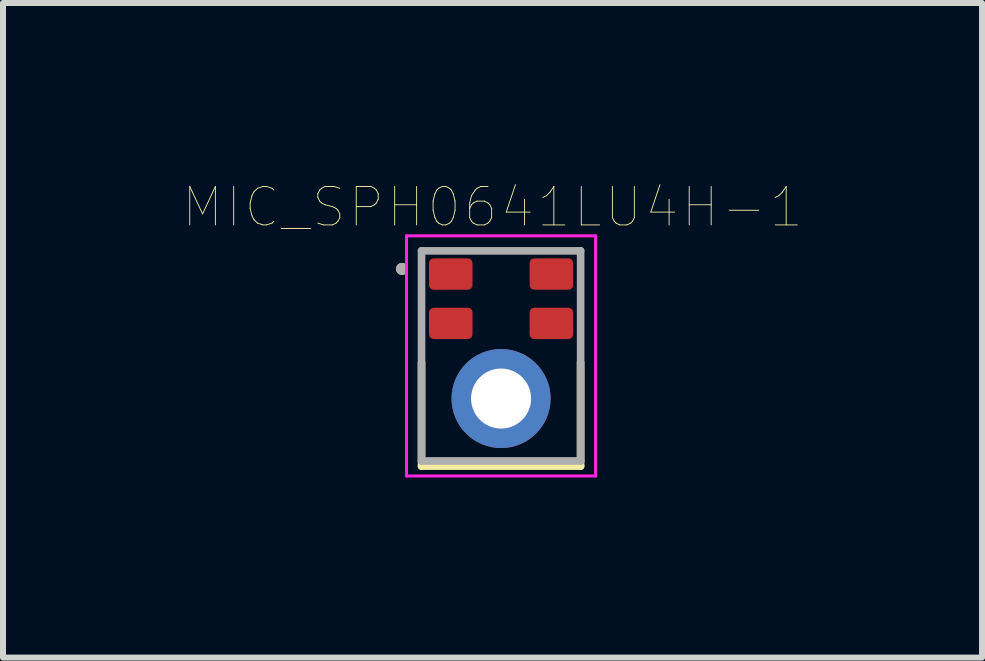
<source format=kicad_pcb>
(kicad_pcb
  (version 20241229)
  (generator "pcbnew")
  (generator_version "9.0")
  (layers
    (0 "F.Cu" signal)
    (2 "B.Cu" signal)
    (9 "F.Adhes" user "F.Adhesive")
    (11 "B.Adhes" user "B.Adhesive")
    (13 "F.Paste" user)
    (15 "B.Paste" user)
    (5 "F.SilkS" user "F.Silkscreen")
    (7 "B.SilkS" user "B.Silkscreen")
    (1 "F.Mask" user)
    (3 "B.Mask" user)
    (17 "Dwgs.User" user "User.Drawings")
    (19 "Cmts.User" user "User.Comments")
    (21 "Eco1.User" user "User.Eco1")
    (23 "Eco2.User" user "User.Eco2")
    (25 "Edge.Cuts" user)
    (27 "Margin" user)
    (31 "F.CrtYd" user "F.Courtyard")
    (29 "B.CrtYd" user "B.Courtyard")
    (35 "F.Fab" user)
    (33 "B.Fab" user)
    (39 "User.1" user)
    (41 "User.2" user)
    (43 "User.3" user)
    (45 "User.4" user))
  (footprint "MIC_SPH0641LU4H-1"
    (layer "F.Cu")
    (at 5.297 3.589)
    (property "Reference" "MIC_SPH0641LU4H-1" (at -0.142 -3.188 0) (layer "F.SilkS") (effects (font (size 0.64 0.64) (thickness 0.015))))
    (attr through_hole)
    (fp_line (start -1.325 1.126) (end -1.325 -0.6) (stroke (width 0.127) (type solid)) (layer "F.SilkS"))
    (fp_line (start 1.325 -0.6) (end 1.325 1.126) (stroke (width 0.127) (type solid)) (layer "F.SilkS"))
    (fp_line (start 1.325 1.126) (end -1.325 1.126) (stroke (width 0.127) (type solid)) (layer "F.SilkS"))
    (fp_circle (center -1.651 -2.159) (end -1.601 -2.159) (stroke (width 0.1) (type solid)) (fill no) (layer "F.SilkS"))
    (fp_poly (pts (xy -0.53 0.38) (xy -0.425 0.28) (xy -0.46 0.23) (xy -0.5 0.12) (xy -0.514 0) (xy -0.5 -0.12) (xy -0.462 -0.225) (xy -0.426 -0.288) (xy -0.525 -0.385) (xy -0.64 -0.5) (xy -0.705 -0.405) (xy -0.75 -0.31) (xy -0.78 -0.22) (xy -0.8 -0.14) (xy -0.81 0) (xy -0.796 0.16) (xy -0.75 0.31) (xy -0.69 0.425) (xy -0.645 0.495)) (stroke (width 0.001) (type solid)) (fill yes) (layer "F.Paste"))
    (fp_poly (pts (xy 0.53 -0.375) (xy 0.435 -0.28) (xy 0.46 -0.23) (xy 0.485 -0.175) (xy 0.5 -0.12) (xy 0.51 -0.06) (xy 0.514 0) (xy 0.5 0.12) (xy 0.462 0.225) (xy 0.426 0.283) (xy 0.525 0.385) (xy 0.64 0.5) (xy 0.7 0.41) (xy 0.75 0.31) (xy 0.78 0.23) (xy 0.8 0.14) (xy 0.81 0) (xy 0.796 -0.16) (xy 0.75 -0.31) (xy 0.7 -0.415) (xy 0.645 -0.49)) (stroke (width 0.001) (type solid)) (fill yes) (layer "F.Paste"))
    (fp_poly (pts (xy 0.385 0.53) (xy 0.28 0.425) (xy 0.23 0.46) (xy 0.12 0.5) (xy 0 0.514) (xy -0.12 0.5) (xy -0.225 0.462) (xy -0.283 0.421) (xy -0.38 0.52) (xy -0.5 0.64) (xy -0.405 0.705) (xy -0.31 0.75) (xy -0.23 0.78) (xy -0.14 0.8) (xy -0.06 0.81) (xy 0 0.81) (xy 0.065 0.81) (xy 0.16 0.796) (xy 0.235 0.78) (xy 0.31 0.75) (xy 0.405 0.705) (xy 0.5 0.64)) (stroke (width 0.001) (type solid)) (fill yes) (layer "F.Paste"))
    (fp_poly (pts (xy -0.385 -0.53) (xy -0.285 -0.43) (xy -0.23 -0.465) (xy -0.12 -0.505) (xy -0.12 -0.51) (xy -0.11 -0.505) (xy -0.005 -0.52) (xy 0.005 -0.524) (xy 0.005 -0.52) (xy 0.125 -0.505) (xy 0.225 -0.462) (xy 0.293 -0.426) (xy 0.39 -0.525) (xy 0.505 -0.635) (xy 0.41 -0.7) (xy 0.31 -0.75) (xy 0.22 -0.78) (xy 0.14 -0.8) (xy 0 -0.81) (xy -0.16 -0.796) (xy -0.31 -0.75) (xy -0.4 -0.705) (xy -0.5 -0.64)) (stroke (width 0.001) (type solid)) (fill yes) (layer "F.Paste"))
    (fp_line (start -1.575 -2.71) (end 1.575 -2.71) (stroke (width 0.05) (type solid)) (layer "F.CrtYd"))
    (fp_line (start -1.575 1.29) (end -1.575 -2.71) (stroke (width 0.05) (type solid)) (layer "F.CrtYd"))
    (fp_line (start 1.575 -2.71) (end 1.575 1.29) (stroke (width 0.05) (type solid)) (layer "F.CrtYd"))
    (fp_line (start 1.575 1.29) (end -1.575 1.29) (stroke (width 0.05) (type solid)) (layer "F.CrtYd"))
    (fp_line (start -1.325 -2.46) (end 1.325 -2.46) (stroke (width 0.127) (type solid)) (layer "F.Fab"))
    (fp_line (start -1.325 1.04) (end -1.325 -2.46) (stroke (width 0.127) (type solid)) (layer "F.Fab"))
    (fp_line (start 1.325 -2.46) (end 1.325 1.04) (stroke (width 0.127) (type solid)) (layer "F.Fab"))
    (fp_line (start 1.325 1.04) (end -1.325 1.04) (stroke (width 0.127) (type solid)) (layer "F.Fab"))
    (fp_circle (center -1.651 -2.159) (end -1.601 -2.159) (stroke (width 0.1) (type solid)) (fill no) (layer "F.Fab"))
    (pad "1" smd roundrect (at -0.838 -2.074) (size 0.725 0.522) (layers "F.Cu" "F.Mask" "F.Paste") (roundrect_rratio 0.15))
    (pad "2" smd roundrect (at -0.838 -1.252) (size 0.725 0.522) (layers "F.Cu" "F.Mask" "F.Paste") (roundrect_rratio 0.15))
    (pad "3" thru_hole circle (at 0 0) (size 1.65 1.65) (drill 1) (layers "*.Cu" "F.Mask") (remove_unused_layers yes) (keep_end_layers yes) (zone_layer_connections))
    (pad "4" smd roundrect (at 0.838 -1.252) (size 0.725 0.522) (layers "F.Cu" "F.Mask" "F.Paste") (roundrect_rratio 0.15))
    (pad "5" smd roundrect (at 0.838 -2.074) (size 0.725 0.522) (layers "F.Cu" "F.Mask" "F.Paste") (roundrect_rratio 0.15)))
  (gr_rect
    (start -3 -3)
    (end 13.309 7.904)
    (stroke (width 0.1) (type default))
    (fill no)
    (layer "Edge.Cuts")))
</source>
